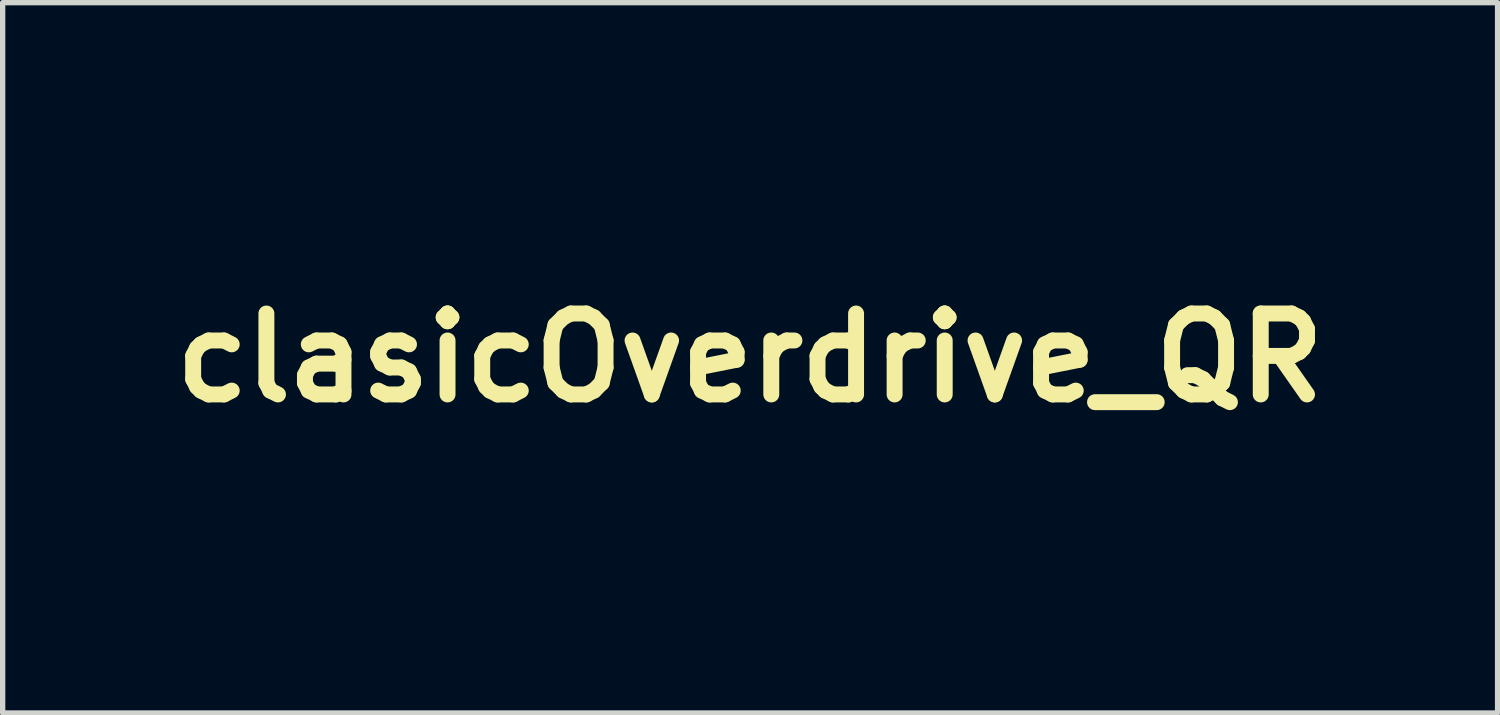
<source format=kicad_pcb>
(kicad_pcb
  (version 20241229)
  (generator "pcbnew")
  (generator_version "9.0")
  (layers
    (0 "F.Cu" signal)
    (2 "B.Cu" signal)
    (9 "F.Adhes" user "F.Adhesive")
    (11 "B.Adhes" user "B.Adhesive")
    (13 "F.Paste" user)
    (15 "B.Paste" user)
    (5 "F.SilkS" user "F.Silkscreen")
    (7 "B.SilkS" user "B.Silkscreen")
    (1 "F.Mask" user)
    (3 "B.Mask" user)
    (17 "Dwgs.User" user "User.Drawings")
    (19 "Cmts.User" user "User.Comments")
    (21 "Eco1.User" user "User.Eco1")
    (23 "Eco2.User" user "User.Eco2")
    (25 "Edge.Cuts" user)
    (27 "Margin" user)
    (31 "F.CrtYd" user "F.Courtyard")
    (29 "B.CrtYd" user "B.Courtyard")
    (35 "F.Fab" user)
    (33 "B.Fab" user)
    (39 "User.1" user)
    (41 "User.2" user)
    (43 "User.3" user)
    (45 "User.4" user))
  (footprint "clasicOverdrive_QR"
    (layer "F.Cu")
    (at 11.074 3.688)
    (property "Reference" "clasicOverdrive_QR" (at 0 0 0) (layer "F.SilkS") (effects (font (size 1.524 1.524) (thickness 0.3))))
    (attr through_hole)
    (fp_poly (pts (xy -3.429 1.651) (xy -3.683 1.651) (xy -3.683 1.397) (xy -3.429 1.397) (xy -3.429 1.651)) (stroke (width 0.01) (type solid)) (fill yes) (layer "F.Mask"))
    (fp_poly (pts (xy -2.921 0.127) (xy -3.429 0.127) (xy -3.429 -0.127) (xy -2.921 -0.127) (xy -2.921 0.127)) (stroke (width 0.01) (type solid)) (fill yes) (layer "F.Mask"))
    (fp_poly (pts (xy -2.667 1.651) (xy -2.921 1.651) (xy -2.921 1.397) (xy -2.667 1.397) (xy -2.667 1.651)) (stroke (width 0.01) (type solid)) (fill yes) (layer "F.Mask"))
    (fp_poly (pts (xy -2.413 -2.413) (xy -3.175 -2.413) (xy -3.175 -3.175) (xy -2.413 -3.175) (xy -2.413 -2.413)) (stroke (width 0.01) (type solid)) (fill yes) (layer "F.Mask"))
    (fp_poly (pts (xy -2.413 3.175) (xy -3.175 3.175) (xy -3.175 2.413) (xy -2.413 2.413) (xy -2.413 3.175)) (stroke (width 0.01) (type solid)) (fill yes) (layer "F.Mask"))
    (fp_poly (pts (xy -1.905 1.651) (xy -2.159 1.651) (xy -2.159 1.397) (xy -1.905 1.397) (xy -1.905 1.651)) (stroke (width 0.01) (type solid)) (fill yes) (layer "F.Mask"))
    (fp_poly (pts (xy -1.397 -3.429) (xy -1.397 -3.683) (xy -1.143 -3.683) (xy -1.143 -3.429) (xy -1.397 -3.429)) (stroke (width 0.01) (type solid)) (fill yes) (layer "F.Mask"))
    (fp_poly (pts (xy -1.397 -2.413) (xy -1.143 -2.413) (xy -1.143 -2.159) (xy -1.397 -2.159) (xy -1.397 -2.413)) (stroke (width 0.01) (type solid)) (fill yes) (layer "F.Mask"))
    (fp_poly (pts (xy -1.397 -1.143) (xy -1.143 -1.143) (xy -1.143 -0.889) (xy -1.397 -0.889) (xy -1.397 -1.143)) (stroke (width 0.01) (type solid)) (fill yes) (layer "F.Mask"))
    (fp_poly (pts (xy -1.397 0.127) (xy -1.397 -0.127) (xy -1.143 -0.127) (xy -1.143 0.127) (xy -1.397 0.127)) (stroke (width 0.01) (type solid)) (fill yes) (layer "F.Mask"))
    (fp_poly (pts (xy -1.397 2.667) (xy -1.143 2.667) (xy -1.143 2.921) (xy -1.397 2.921) (xy -1.397 2.667)) (stroke (width 0.01) (type solid)) (fill yes) (layer "F.Mask"))
    (fp_poly (pts (xy -0.635 -0.635) (xy -0.889 -0.635) (xy -0.889 -0.889) (xy -0.635 -0.889) (xy -0.635 -0.635)) (stroke (width 0.01) (type solid)) (fill yes) (layer "F.Mask"))
    (fp_poly (pts (xy -0.635 1.397) (xy -0.889 1.397) (xy -0.889 1.143) (xy -0.635 1.143) (xy -0.635 1.397)) (stroke (width 0.01) (type solid)) (fill yes) (layer "F.Mask"))
    (fp_poly (pts (xy 0.381 1.397) (xy 0.127 1.397) (xy 0.127 1.143) (xy 0.381 1.143) (xy 0.381 1.397)) (stroke (width 0.01) (type solid)) (fill yes) (layer "F.Mask"))
    (fp_poly (pts (xy 2.159 2.159) (xy 1.905 2.159) (xy 1.905 1.905) (xy 2.159 1.905) (xy 2.159 2.159)) (stroke (width 0.01) (type solid)) (fill yes) (layer "F.Mask"))
    (fp_poly (pts (xy 2.921 -1.651) (xy 3.175 -1.651) (xy 3.175 -1.397) (xy 2.921 -1.397) (xy 2.921 -1.651)) (stroke (width 0.01) (type solid)) (fill yes) (layer "F.Mask"))
    (fp_poly (pts (xy 3.175 -2.413) (xy 2.413 -2.413) (xy 2.413 -3.175) (xy 3.175 -3.175) (xy 3.175 -2.413)) (stroke (width 0.01) (type solid)) (fill yes) (layer "F.Mask"))
    (fp_poly (pts (xy 0.889 0.889) (xy 0.381 0.889) (xy 0.381 0.635) (xy 0.635 0.635) (xy 0.635 0.127) (xy 0.889 0.127) (xy 0.889 0.889)) (stroke (width 0.01) (type solid)) (fill yes) (layer "F.Mask"))
    (fp_poly (pts (xy 3.429 3.429) (xy 3.683 3.429) (xy 3.683 3.683) (xy 3.175 3.683) (xy 3.175 3.175) (xy 3.429 3.175) (xy 3.429 3.429)) (stroke (width 0.01) (type solid)) (fill yes) (layer "F.Mask"))
    (fp_poly (pts (xy -1.397 3.175) (xy -1.143 3.175) (xy -1.143 3.429) (xy -1.397 3.429) (xy -1.397 3.683) (xy -1.651 3.683) (xy -1.651 2.921) (xy -1.397 2.921) (xy -1.397 3.175)) (stroke (width 0.01) (type solid)) (fill yes) (layer "F.Mask"))
    (fp_poly (pts (xy 0.889 -1.397) (xy 0.635 -1.397) (xy 0.635 -1.143) (xy 0.381 -1.143) (xy 0.381 -1.651) (xy 0.635 -1.651) (xy 0.635 -1.905) (xy 0.889 -1.905) (xy 0.889 -1.397)) (stroke (width 0.01) (type solid)) (fill yes) (layer "F.Mask"))
    (fp_poly (pts (xy -0.889 0.127) (xy -0.889 0.381) (xy -0.635 0.381) (xy -0.635 0.889) (xy -0.889 0.889) (xy -0.889 0.635) (xy -1.397 0.635) (xy -1.397 0.381) (xy -1.143 0.381) (xy -1.143 0.127) (xy -0.889 0.127)) (stroke (width 0.01) (type solid)) (fill yes) (layer "F.Mask"))
    (fp_poly (pts (xy -1.905 -1.905) (xy -3.683 -1.905) (xy -3.683 -3.429) (xy -3.429 -3.429) (xy -3.429 -2.159) (xy -2.159 -2.159) (xy -2.159 -3.429) (xy -3.429 -3.429) (xy -3.683 -3.429) (xy -3.683 -3.683) (xy -1.905 -3.683) (xy -1.905 -1.905)) (stroke (width 0.01) (type solid)) (fill yes) (layer "F.Mask"))
    (fp_poly (pts (xy -1.905 3.683) (xy -3.683 3.683) (xy -3.683 2.159) (xy -3.429 2.159) (xy -3.429 3.429) (xy -2.159 3.429) (xy -2.159 2.159) (xy -3.429 2.159) (xy -3.683 2.159) (xy -3.683 1.905) (xy -1.905 1.905) (xy -1.905 3.683)) (stroke (width 0.01) (type solid)) (fill yes) (layer "F.Mask"))
    (fp_poly (pts (xy 3.683 -1.905) (xy 1.905 -1.905) (xy 1.905 -3.429) (xy 2.159 -3.429) (xy 2.159 -2.159) (xy 3.429 -2.159) (xy 3.429 -3.429) (xy 2.159 -3.429) (xy 1.905 -3.429) (xy 1.905 -3.683) (xy 3.683 -3.683) (xy 3.683 -1.905)) (stroke (width 0.01) (type solid)) (fill yes) (layer "F.Mask"))
    (fp_poly (pts (xy -1.397 -0.381) (xy -1.651 -0.381) (xy -1.651 0.381) (xy -1.905 0.381) (xy -1.905 0.127) (xy -2.159 0.127) (xy -2.159 -0.127) (xy -1.905 -0.127) (xy -1.905 -0.381) (xy -2.159 -0.381) (xy -2.159 -0.635) (xy -1.905 -0.635) (xy -1.905 -0.889) (xy -1.397 -0.889) (xy -1.397 -0.381)) (stroke (width 0.01) (type solid)) (fill yes) (layer "F.Mask"))
    (fp_poly (pts (xy -1.143 -2.667) (xy -1.397 -2.667) (xy -1.397 -2.921) (xy -1.651 -2.921) (xy -1.651 -3.175) (xy -1.143 -3.175) (xy -0.889 -3.175) (xy -0.889 -2.921) (xy -0.635 -2.921) (xy -0.635 -3.175) (xy -0.889 -3.175) (xy -1.143 -3.175) (xy -1.143 -3.429) (xy -0.635 -3.429) (xy -0.635 -3.683) (xy -0.381 -3.683) (xy -0.381 -2.921) (xy -0.635 -2.921) (xy -0.635 -2.667) (xy -0.889 -2.667) (xy -0.889 -2.413) (xy -1.143 -2.413) (xy -1.143 -2.667)) (stroke (width 0.01) (type solid)) (fill yes) (layer "F.Mask"))
    (fp_poly (pts (xy -2.667 1.143) (xy -3.175 1.143) (xy -3.175 1.397) (xy -3.429 1.397) (xy -3.429 1.143) (xy -3.683 1.143) (xy -3.683 0.889) (xy -3.429 0.889) (xy -3.429 1.143) (xy -3.175 1.143) (xy -3.175 0.889) (xy -3.429 0.889) (xy -3.429 0.635) (xy -3.175 0.635) (xy -3.175 0.889) (xy -2.921 0.889) (xy -2.921 0.635) (xy -3.175 0.635) (xy -3.429 0.635) (xy -3.429 0.381) (xy -2.667 0.381) (xy -2.667 0.889) (xy -1.905 0.889) (xy -1.905 1.143) (xy -2.159 1.143) (xy -2.159 1.397) (xy -2.667 1.397) (xy -2.667 1.143)) (stroke (width 0.01) (type solid)) (fill yes) (layer "F.Mask"))
    (fp_poly (pts (xy 2.921 -1.143) (xy 3.429 -1.143) (xy 3.429 -1.397) (xy 3.683 -1.397) (xy 3.683 -0.889) (xy 3.429 -0.889) (xy 3.429 -0.635) (xy 3.683 -0.635) (xy 3.683 0.127) (xy 3.429 0.127) (xy 3.429 0.381) (xy 3.683 0.381) (xy 3.683 1.143) (xy 3.429 1.143) (xy 3.429 1.397) (xy 3.175 1.397) (xy 3.175 0.889) (xy 3.429 0.889) (xy 3.429 0.635) (xy 3.175 0.635) (xy 3.175 0.889) (xy 2.667 0.889) (xy 2.667 1.143) (xy 2.921 1.143) (xy 2.921 1.397) (xy 2.667 1.397) (xy 2.667 1.905) (xy 2.921 1.905) (xy 2.921 1.651) (xy 3.683 1.651) (xy 3.683 2.159) (xy 3.429 2.159) (xy 3.429 2.667) (xy 3.683 2.667) (xy 3.683 3.175) (xy 3.429 3.175) (xy 3.429 2.921) (xy 2.921 2.921) (xy 2.921 3.175) (xy 2.667 3.175) (xy 2.667 3.683) (xy 2.159 3.683) (xy 2.159 3.429) (xy 2.413 3.429) (xy 2.413 3.175) (xy 2.159 3.175) (xy 2.159 2.667) (xy 1.651 2.667) (xy 1.651 2.921) (xy 1.397 2.921) (xy 1.397 3.175) (xy 1.905 3.175) (xy 1.905 3.683) (xy 1.143 3.683) (xy 1.143 3.429) (xy 0.889 3.429) (xy 0.889 3.683) (xy 0.381 3.683) (xy 0.381 3.429) (xy 0.635 3.429) (xy 0.635 2.921) (xy 0.381 2.921) (xy 0.381 2.667) (xy 0.635 2.667) (xy 0.635 2.921) (xy 0.889 2.921) (xy 0.889 3.175) (xy 1.143 3.175) (xy 1.143 2.921) (xy 1.397 2.921) (xy 1.397 2.159) (xy 0.889 2.159) (xy 0.889 2.413) (xy 1.143 2.413) (xy 1.143 2.667) (xy 0.635 2.667) (xy 0.381 2.667) (xy 0.127 2.667) (xy 0.127 2.921) (xy -0.127 2.921) (xy -0.127 3.683) (xy -0.635 3.683) (xy -0.635 3.429) (xy -0.889 3.429) (xy -0.889 3.175) (xy -0.381 3.175) (xy -0.381 2.667) (xy -0.635 2.667) (xy -0.635 2.921) (xy -0.889 2.921) (xy -0.889 2.413) (xy -0.635 2.413) (xy -0.127 2.413) (xy -0.127 2.667) (xy 0.127 2.667) (xy 0.127 2.413) (xy -0.127 2.413) (xy -0.635 2.413) (xy -0.635 2.159) (xy -0.889 2.159) (xy -0.889 2.413) (xy -1.397 2.413) (xy -1.397 2.667) (xy -1.651 2.667) (xy -1.651 1.651) (xy -1.397 1.651) (xy -1.397 1.397) (xy -1.651 1.397) (xy -1.651 0.889) (xy -1.905 0.889) (xy -1.905 0.635) (xy -2.413 0.635) (xy -2.413 0.127) (xy -2.667 0.127) (xy -2.667 -0.127) (xy -2.921 -0.127) (xy -2.921 -0.381) (xy -3.429 -0.381) (xy -3.429 -0.889) (xy -3.683 -0.889) (xy -3.683 -1.143) (xy -3.429 -1.143) (xy -3.175 -1.143) (xy -3.175 -0.635) (xy -2.667 -0.635) (xy -2.667 -0.127) (xy -2.413 -0.127) (xy -2.413 0.127) (xy -2.159 0.127) (xy -2.159 0.381) (xy -1.905 0.381) (xy -1.905 0.635) (xy -1.397 0.635) (xy -1.397 0.889) (xy -0.889 0.889) (xy -0.889 1.143) (xy -1.143 1.143) (xy -1.143 1.651) (xy -1.397 1.651) (xy -1.397 2.159) (xy -0.889 2.159) (xy -0.889 1.651) (xy -0.635 1.651) (xy -0.635 1.397) (xy -0.381 1.397) (xy -0.381 0.381) (xy -0.635 0.381) (xy -0.635 0.127) (xy -0.889 0.127) (xy -0.889 -0.127) (xy -0.381 -0.127) (xy -0.381 0.127) (xy -0.127 0.127) (xy -0.127 0.635) (xy 0.127 0.635) (xy 0.127 1.143) (xy -0.127 1.143) (xy -0.127 1.651) (xy -0.381 1.651) (xy -0.381 2.159) (xy -0.127 2.159) (xy -0.127 1.905) (xy 0.127 1.905) (xy 0.127 2.159) (xy 0.381 2.159) (xy 0.381 1.905) (xy 0.635 1.905) (xy 0.635 2.159) (xy 0.889 2.159) (xy 0.889 1.905) (xy 0.635 1.905) (xy 0.381 1.905) (xy 0.381 1.397) (xy 0.635 1.397) (xy 0.889 1.397) (xy 0.889 1.651) (xy 1.143 1.651) (xy 1.651 1.651) (xy 1.651 2.413) (xy 2.413 2.413) (xy 2.667 2.413) (xy 2.667 2.921) (xy 2.921 2.921) (xy 2.921 2.667) (xy 3.175 2.667) (xy 3.175 1.905) (xy 2.921 1.905) (xy 2.921 2.413) (xy 2.667 2.413) (xy 2.413 2.413) (xy 2.413 1.651) (xy 1.651 1.651) (xy 1.143 1.651) (xy 1.143 1.397) (xy 0.889 1.397) (xy 0.635 1.397) (xy 0.635 1.143) (xy 0.889 1.143) (xy 0.889 0.889) (xy 1.143 0.889) (xy 1.143 1.143) (xy 1.651 1.143) (xy 1.651 0.889) (xy 1.905 0.889) (xy 1.905 1.143) (xy 2.159 1.143) (xy 2.159 0.889) (xy 1.905 0.889) (xy 1.651 0.889) (xy 1.651 0.635) (xy 1.143 0.635) (xy 1.143 0.381) (xy 1.397 0.381) (xy 1.651 0.381) (xy 1.651 0.635) (xy 1.905 0.635) (xy 1.905 0.381) (xy 2.159 0.381) (xy 2.413 0.381) (xy 2.413 0.635) (xy 2.159 0.635) (xy 2.159 0.889) (xy 2.667 0.889) (xy 2.667 0.127) (xy 2.413 0.127) (xy 2.413 -0.127) (xy 2.667 -0.127) (xy 2.667 -0.635) (xy 2.159 -0.635) (xy 2.159 0.381) (xy 1.905 0.381) (xy 1.651 0.381) (xy 1.397 0.381) (xy 1.397 0.127) (xy 1.905 0.127) (xy 1.905 -0.127) (xy 1.397 -0.127) (xy 1.397 -0.381) (xy 1.143 -0.381) (xy 1.143 -0.635) (xy 0.889 -0.635) (xy 0.889 -0.381) (xy 0.635 -0.381) (xy 0.635 -0.127) (xy 0.381 -0.127) (xy 0.381 -0.381) (xy 0.127 -0.381) (xy 0.127 -0.889) (xy -0.127 -0.889) (xy -0.127 -0.127) (xy -0.381 -0.127) (xy -0.889 -0.127) (xy -0.889 -0.381) (xy -0.635 -0.381) (xy -0.635 -0.635) (xy -0.381 -0.635) (xy -0.381 -1.651) (xy -0.127 -1.651) (xy -0.127 -1.397) (xy 0.127 -1.397) (xy 0.127 -0.889) (xy 0.381 -0.889) (xy 0.381 -0.635) (xy 0.635 -0.635) (xy 0.635 -0.889) (xy 0.889 -0.889) (xy 0.889 -1.143) (xy 1.143 -1.143) (xy 1.143 -0.889) (xy 1.397 -0.889) (xy 1.651 -0.889) (xy 1.651 -0.635) (xy 2.159 -0.635) (xy 2.159 -0.889) (xy 1.651 -0.889) (xy 1.397 -0.889) (xy 1.397 -1.397) (xy 1.651 -1.397) (xy 1.651 -1.143) (xy 1.905 -1.143) (xy 1.905 -1.397) (xy 1.651 -1.397) (xy 1.397 -1.397) (xy 1.397 -1.651) (xy 1.143 -1.651) (xy 1.143 -1.905) (xy 0.889 -1.905) (xy 0.889 -2.159) (xy 1.143 -2.159) (xy 1.143 -1.905) (xy 1.397 -1.905) (xy 1.397 -2.159) (xy 1.143 -2.159) (xy 0.889 -2.159) (xy 0.635 -2.159) (xy 0.635 -1.905) (xy 0.381 -1.905) (xy 0.381 -2.159) (xy 0.127 -2.159) (xy 0.127 -1.651) (xy -0.127 -1.651) (xy -0.381 -1.651) (xy -0.635 -1.651) (xy -0.635 -1.143) (xy -1.143 -1.143) (xy -1.143 -1.651) (xy -1.397 -1.651) (xy -1.397 -1.397) (xy -1.651 -1.397) (xy -1.651 -1.143) (xy -1.905 -1.143) (xy -1.905 -0.889) (xy -2.159 -0.889) (xy -2.159 -0.635) (xy -2.667 -0.635) (xy -2.667 -0.889) (xy -2.413 -0.889) (xy -2.413 -1.143) (xy -3.175 -1.143) (xy -3.429 -1.143) (xy -3.429 -1.397) (xy -3.683 -1.397) (xy -3.683 -1.651) (xy -2.921 -1.651) (xy -2.921 -1.397) (xy -2.667 -1.397) (xy -2.159 -1.397) (xy -2.159 -1.143) (xy -1.905 -1.143) (xy -1.905 -1.397) (xy -2.159 -1.397) (xy -2.667 -1.397) (xy -2.667 -1.651) (xy -1.651 -1.651) (xy -1.651 -2.159) (xy -1.397 -2.159) (xy -1.397 -1.905) (xy -1.143 -1.905) (xy -1.143 -2.159) (xy -0.889 -2.159) (xy -0.889 -1.651) (xy -0.635 -1.651) (xy -0.635 -2.159) (xy -0.381 -2.159) (xy -0.381 -1.905) (xy -0.127 -1.905) (xy -0.127 -2.159) (xy -0.381 -2.159) (xy -0.381 -2.413) (xy -0.127 -2.413) (xy -0.127 -3.429) (xy 0.127 -3.429) (xy 0.127 -3.683) (xy 0.381 -3.683) (xy 0.381 -3.429) (xy 0.635 -3.429) (xy 0.635 -3.175) (xy 0.381 -3.175) (xy 0.381 -2.921) (xy 0.127 -2.921) (xy 0.127 -2.413) (xy 0.889 -2.413) (xy 0.889 -3.175) (xy 1.143 -3.175) (xy 1.143 -2.921) (xy 1.397 -2.921) (xy 1.397 -3.175) (xy 1.143 -3.175) (xy 1.143 -3.683) (xy 1.397 -3.683) (xy 1.397 -3.429) (xy 1.651 -3.429) (xy 1.651 -2.921) (xy 1.397 -2.921) (xy 1.397 -2.413) (xy 1.651 -2.413) (xy 1.651 -1.651) (xy 2.159 -1.651) (xy 2.159 -0.889) (xy 2.413 -0.889) (xy 2.413 -1.143) (xy 2.667 -1.143) (xy 2.667 -0.635) (xy 2.921 -0.635) (xy 2.921 0.635) (xy 3.175 0.635) (xy 3.175 -0.127) (xy 3.429 -0.127) (xy 3.429 -0.381) (xy 3.175 -0.381) (xy 3.175 -0.889) (xy 2.921 -0.889) (xy 2.921 -1.143) (xy 2.667 -1.143) (xy 2.667 -1.397) (xy 2.921 -1.397) (xy 2.921 -1.143)) (stroke (width 0.01) (type solid)) (fill yes) (layer "F.Mask")))
  (gr_rect
    (start -3 -3)
    (end 25.149 10.376)
    (stroke (width 0.1) (type default))
    (fill no)
    (layer "Edge.Cuts")))
</source>
